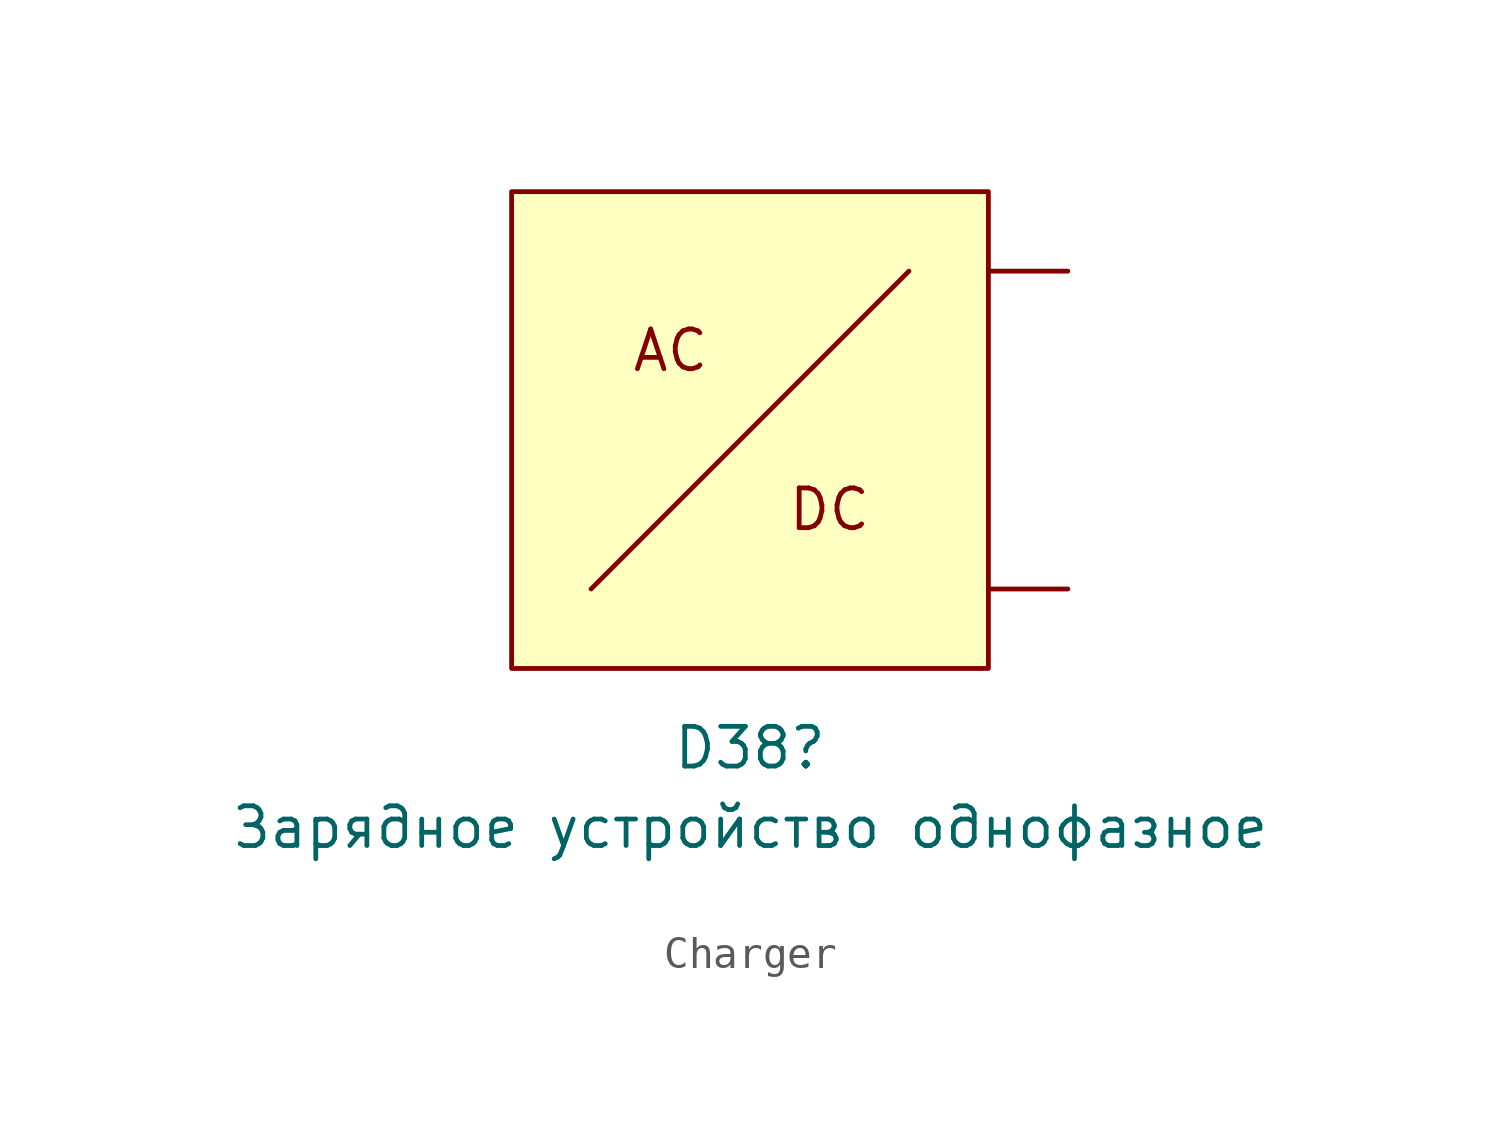
<source format=kicad_sym>
(kicad_symbol_lib
  (version 20211014)
  (generator kicad_symbol_editor)
  (symbol "Charger"
    (property "Reference" "D38"
      (at 0 -10.16 0)
      (effects (font (size 1.27 1.27))))
    (property "Value" "Зарядное устройство однофазное"
      (at 0 -12.7 0)
      (effects (font (size 1.27 1.27))))
    (symbol "Charger_0_0"
      (polyline (pts (xy -5.08 -5.08) (xy 5.08 5.08)) (stroke (width 0) (type default) (color 0 0 0 0)) (fill (type none)))
      (text "AC" (at -2.54 2.54 0) (effects (font (size 1.27 1.27))))
      (text "DC" (at 2.54 -2.54 0) (effects (font (size 1.27 1.27)))))
    (symbol "Charger_0_1"
      (rectangle (start -7.62 7.62) (end 7.62 -7.62) (stroke (width 0) (type default) (color 0 0 0 0)) (fill (type background))))
    (symbol "Charger_1_1"
      (pin input line (at 10.16 -5.08 180) (length 2.54) (name "" (effects (font (size 1.27 1.27)))) (number "" (effects (font (size 1.27 1.27)))))
      (pin input line (at 10.16 5.08 180) (length 2.54) (name "" (effects (font (size 1.27 1.27)))) (number "" (effects (font (size 1.27 1.27))))))))
</source>
